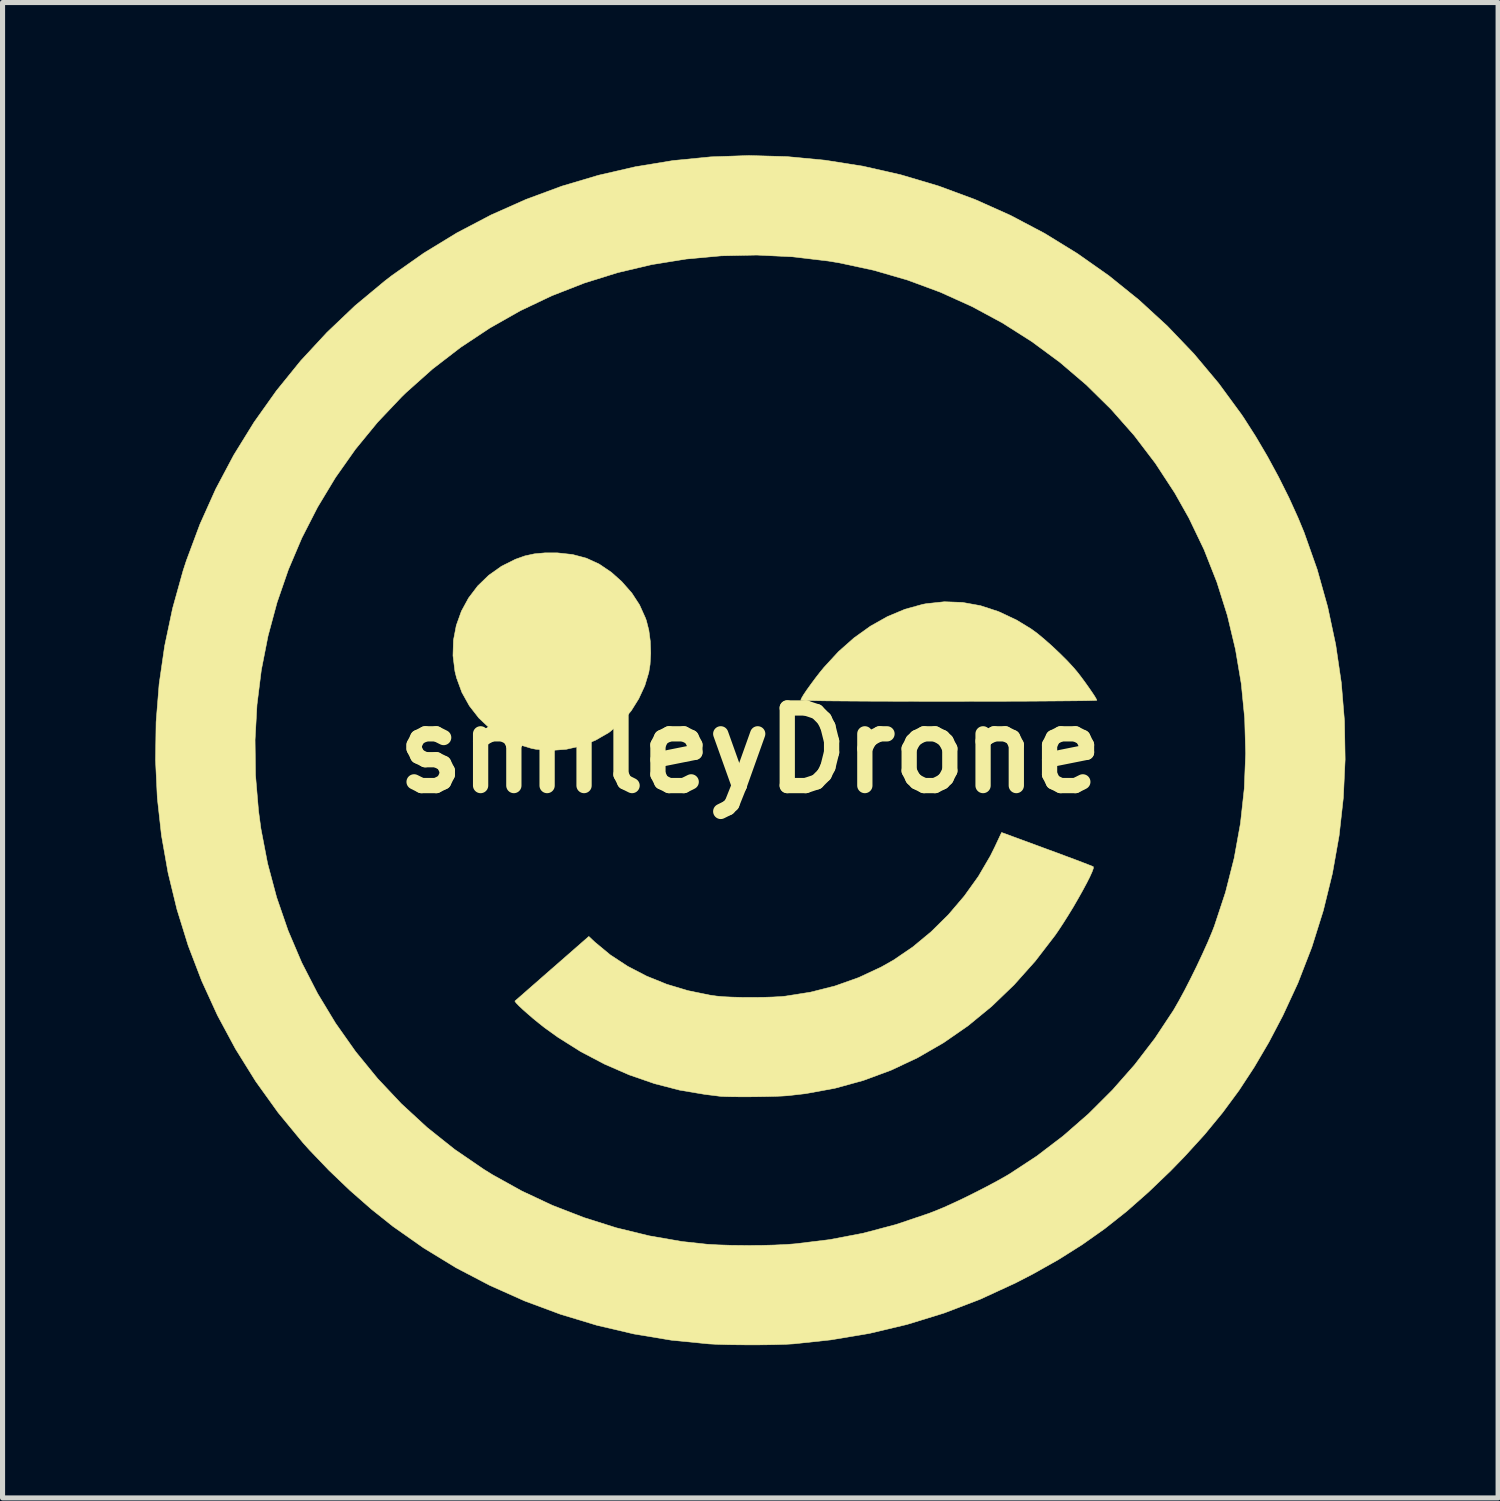
<source format=kicad_pcb>
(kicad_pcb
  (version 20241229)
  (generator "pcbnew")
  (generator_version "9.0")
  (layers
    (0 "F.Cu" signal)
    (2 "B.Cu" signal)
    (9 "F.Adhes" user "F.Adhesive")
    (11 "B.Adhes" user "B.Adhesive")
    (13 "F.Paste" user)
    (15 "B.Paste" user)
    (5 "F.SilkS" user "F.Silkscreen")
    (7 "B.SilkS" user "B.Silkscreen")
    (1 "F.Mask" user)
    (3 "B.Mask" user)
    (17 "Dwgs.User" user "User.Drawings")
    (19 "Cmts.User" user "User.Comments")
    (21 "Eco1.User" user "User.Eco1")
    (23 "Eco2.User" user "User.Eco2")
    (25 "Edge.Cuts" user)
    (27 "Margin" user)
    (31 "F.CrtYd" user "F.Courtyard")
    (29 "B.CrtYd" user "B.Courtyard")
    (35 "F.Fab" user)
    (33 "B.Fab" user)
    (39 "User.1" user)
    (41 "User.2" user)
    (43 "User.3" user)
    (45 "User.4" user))
  (footprint "smileyDrone"
    (layer "F.Cu")
    (at 11.688 11.691)
    (property "Reference" "smileyDrone" (at 0 0 0) (layer "F.SilkS") (effects (font (size 1.524 1.524) (thickness 0.3))))
    (attr through_hole)
    (fp_poly (pts (xy -3.797 -3.881) (xy -3.788 -3.881) (xy -3.492 -3.849) (xy -3.22 -3.777) (xy -2.968 -3.661) (xy -2.73 -3.5) (xy -2.525 -3.317) (xy -2.328 -3.093) (xy -2.175 -2.858) (xy -2.059 -2.6) (xy -2.042 -2.553) (xy -1.993 -2.361) (xy -1.964 -2.141) (xy -1.956 -1.911) (xy -1.969 -1.688) (xy -1.994 -1.532) (xy -2.072 -1.273) (xy -2.19 -1.018) (xy -2.338 -0.781) (xy -2.51 -0.576) (xy -2.544 -0.542) (xy -2.778 -0.352) (xy -3.04 -0.201) (xy -3.321 -0.09) (xy -3.615 -0.023) (xy -3.914 0.000017) (xy -4.212 -0.024) (xy -4.296 -0.04) (xy -4.591 -0.129) (xy -4.865 -0.261) (xy -5.114 -0.432) (xy -5.333 -0.638) (xy -5.518 -0.876) (xy -5.665 -1.14) (xy -5.77 -1.426) (xy -5.802 -1.555) (xy -5.84 -1.863) (xy -5.831 -2.165) (xy -5.775 -2.457) (xy -5.675 -2.736) (xy -5.534 -2.995) (xy -5.354 -3.232) (xy -5.138 -3.441) (xy -4.887 -3.619) (xy -4.615 -3.755) (xy -4.43 -3.821) (xy -4.242 -3.862) (xy -4.036 -3.881) (xy -3.797 -3.881)) (stroke (width 0.01) (type solid)) (fill yes) (layer "F.SilkS"))
    (fp_poly (pts (xy 4.168 -2.908) (xy 4.522 -2.844) (xy 4.874 -2.729) (xy 5.226 -2.564) (xy 5.511 -2.391) (xy 5.63 -2.305) (xy 5.77 -2.189) (xy 5.923 -2.054) (xy 6.077 -1.909) (xy 6.222 -1.765) (xy 6.347 -1.63) (xy 6.426 -1.537) (xy 6.497 -1.445) (xy 6.573 -1.342) (xy 6.647 -1.238) (xy 6.714 -1.141) (xy 6.767 -1.061) (xy 6.799 -1.005) (xy 6.807 -0.986) (xy 6.782 -0.983) (xy 6.71 -0.981) (xy 6.593 -0.978) (xy 6.435 -0.976) (xy 6.238 -0.974) (xy 6.007 -0.972) (xy 5.744 -0.97) (xy 5.453 -0.968) (xy 5.136 -0.967) (xy 4.797 -0.966) (xy 4.439 -0.966) (xy 4.065 -0.965) (xy 3.899 -0.965) (xy 3.465 -0.965) (xy 3.06 -0.966) (xy 2.683 -0.967) (xy 2.339 -0.968) (xy 2.029 -0.97) (xy 1.755 -0.972) (xy 1.519 -0.974) (xy 1.324 -0.977) (xy 1.172 -0.98) (xy 1.064 -0.983) (xy 1.004 -0.986) (xy 0.991 -0.988) (xy 1.006 -1.026) (xy 1.047 -1.096) (xy 1.11 -1.189) (xy 1.189 -1.299) (xy 1.277 -1.418) (xy 1.37 -1.538) (xy 1.449 -1.634) (xy 1.732 -1.941) (xy 2.037 -2.211) (xy 2.36 -2.442) (xy 2.694 -2.63) (xy 3.038 -2.774) (xy 3.386 -2.87) (xy 3.455 -2.883) (xy 3.812 -2.921) (xy 4.168 -2.908)) (stroke (width 0.01) (type solid)) (fill yes) (layer "F.SilkS"))
    (fp_poly (pts (xy 5.827 1.939) (xy 6.029 2.013) (xy 6.216 2.083) (xy 6.383 2.145) (xy 6.524 2.199) (xy 6.633 2.241) (xy 6.707 2.27) (xy 6.738 2.284) (xy 6.738 2.285) (xy 6.738 2.317) (xy 6.713 2.385) (xy 6.668 2.485) (xy 6.605 2.609) (xy 6.528 2.752) (xy 6.441 2.907) (xy 6.347 3.07) (xy 6.248 3.232) (xy 6.149 3.389) (xy 6.053 3.535) (xy 5.986 3.632) (xy 5.597 4.138) (xy 5.181 4.604) (xy 4.741 5.027) (xy 4.278 5.407) (xy 3.793 5.743) (xy 3.287 6.035) (xy 2.762 6.282) (xy 2.22 6.482) (xy 1.66 6.636) (xy 1.086 6.741) (xy 0.737 6.781) (xy 0.633 6.788) (xy 0.496 6.794) (xy 0.336 6.798) (xy 0.162 6.801) (xy -0.016 6.803) (xy -0.188 6.803) (xy -0.344 6.802) (xy -0.475 6.799) (xy -0.571 6.795) (xy -0.61 6.791) (xy -0.663 6.784) (xy -0.751 6.773) (xy -0.858 6.76) (xy -0.902 6.754) (xy -1.389 6.672) (xy -1.883 6.544) (xy -2.377 6.373) (xy -2.862 6.162) (xy -3.332 5.915) (xy -3.78 5.633) (xy -4.039 5.447) (xy -4.149 5.36) (xy -4.261 5.269) (xy -4.368 5.177) (xy -4.465 5.091) (xy -4.544 5.017) (xy -4.599 4.96) (xy -4.623 4.927) (xy -4.623 4.922) (xy -4.601 4.903) (xy -4.546 4.855) (xy -4.461 4.781) (xy -4.351 4.684) (xy -4.219 4.569) (xy -4.071 4.439) (xy -3.91 4.298) (xy -3.891 4.282) (xy -3.172 3.653) (xy -3.053 3.765) (xy -2.751 4.015) (xy -2.411 4.238) (xy -2.038 4.432) (xy -1.64 4.593) (xy -1.223 4.718) (xy -0.793 4.806) (xy -0.66 4.825) (xy -0.528 4.837) (xy -0.358 4.845) (xy -0.162 4.85) (xy 0.045 4.851) (xy 0.251 4.849) (xy 0.443 4.843) (xy 0.609 4.834) (xy 0.688 4.826) (xy 1.182 4.748) (xy 1.664 4.626) (xy 2.128 4.461) (xy 2.568 4.256) (xy 2.814 4.117) (xy 3.191 3.86) (xy 3.553 3.56) (xy 3.892 3.225) (xy 4.203 2.86) (xy 4.48 2.474) (xy 4.715 2.072) (xy 4.8 1.901) (xy 4.936 1.611) (xy 5.827 1.939)) (stroke (width 0.01) (type solid)) (fill yes) (layer "F.SilkS"))
    (fp_poly (pts (xy 0.721 -11.665) (xy 1.469 -11.594) (xy 2.215 -11.476) (xy 2.956 -11.308) (xy 3.69 -11.09) (xy 3.705 -11.085) (xy 4.418 -10.821) (xy 5.11 -10.511) (xy 5.781 -10.157) (xy 6.426 -9.76) (xy 7.045 -9.324) (xy 7.634 -8.849) (xy 8.191 -8.338) (xy 8.714 -7.791) (xy 9.2 -7.211) (xy 9.648 -6.6) (xy 9.698 -6.526) (xy 9.928 -6.166) (xy 10.157 -5.777) (xy 10.377 -5.371) (xy 10.581 -4.963) (xy 10.761 -4.566) (xy 10.879 -4.28) (xy 11.135 -3.555) (xy 11.341 -2.82) (xy 11.499 -2.078) (xy 11.609 -1.329) (xy 11.671 -0.578) (xy 11.684 0.175) (xy 11.649 0.925) (xy 11.566 1.672) (xy 11.435 2.412) (xy 11.256 3.143) (xy 11.03 3.863) (xy 10.756 4.57) (xy 10.461 5.207) (xy 10.185 5.733) (xy 9.899 6.22) (xy 9.599 6.678) (xy 9.275 7.117) (xy 8.922 7.546) (xy 8.531 7.975) (xy 8.257 8.257) (xy 7.822 8.674) (xy 7.395 9.051) (xy 6.963 9.393) (xy 6.519 9.707) (xy 6.051 10.002) (xy 5.552 10.283) (xy 5.207 10.461) (xy 4.513 10.781) (xy 3.804 11.052) (xy 3.079 11.275) (xy 2.339 11.451) (xy 1.58 11.578) (xy 0.851 11.656) (xy 0.694 11.665) (xy 0.498 11.671) (xy 0.276 11.675) (xy 0.039 11.676) (xy -0.2 11.675) (xy -0.43 11.672) (xy -0.639 11.666) (xy -0.813 11.657) (xy -1.55 11.584) (xy -2.284 11.462) (xy -3.011 11.292) (xy -3.728 11.075) (xy -4.431 10.814) (xy -5.116 10.508) (xy -5.78 10.161) (xy -6.417 9.772) (xy -7.023 9.346) (xy -7.444 9.01) (xy -7.866 8.64) (xy -8.277 8.247) (xy -8.661 7.846) (xy -8.79 7.702) (xy -9.274 7.114) (xy -9.715 6.5) (xy -10.112 5.862) (xy -10.466 5.204) (xy -10.776 4.526) (xy -11.042 3.831) (xy -11.262 3.122) (xy -11.437 2.401) (xy -11.566 1.67) (xy -11.648 0.932) (xy -11.683 0.188) (xy -11.677 -0.208) (xy -9.728 -0.208) (xy -9.719 0.487) (xy -9.66 1.186) (xy -9.613 1.537) (xy -9.482 2.219) (xy -9.304 2.886) (xy -9.08 3.536) (xy -8.812 4.166) (xy -8.5 4.773) (xy -8.147 5.357) (xy -7.754 5.914) (xy -7.322 6.443) (xy -6.854 6.94) (xy -6.349 7.405) (xy -5.811 7.834) (xy -5.24 8.225) (xy -5.059 8.337) (xy -4.488 8.654) (xy -3.888 8.935) (xy -3.266 9.176) (xy -2.63 9.377) (xy -1.985 9.534) (xy -1.34 9.646) (xy -0.851 9.699) (xy -0.628 9.712) (xy -0.37 9.72) (xy -0.091 9.723) (xy 0.194 9.722) (xy 0.469 9.715) (xy 0.721 9.703) (xy 0.889 9.69) (xy 1.561 9.608) (xy 2.215 9.483) (xy 2.861 9.312) (xy 3.507 9.094) (xy 3.639 9.043) (xy 3.801 8.976) (xy 3.995 8.888) (xy 4.209 8.787) (xy 4.432 8.676) (xy 4.652 8.563) (xy 4.857 8.453) (xy 5.036 8.352) (xy 5.093 8.318) (xy 5.628 7.967) (xy 6.147 7.571) (xy 6.644 7.137) (xy 7.113 6.669) (xy 7.55 6.173) (xy 7.948 5.654) (xy 8.303 5.118) (xy 8.319 5.093) (xy 8.419 4.918) (xy 8.532 4.71) (xy 8.65 4.479) (xy 8.769 4.238) (xy 8.882 3.997) (xy 8.985 3.769) (xy 9.07 3.566) (xy 9.115 3.45) (xy 9.334 2.787) (xy 9.505 2.113) (xy 9.628 1.432) (xy 9.703 0.746) (xy 9.73 0.059) (xy 9.711 -0.628) (xy 9.644 -1.31) (xy 9.53 -1.986) (xy 9.371 -2.652) (xy 9.165 -3.306) (xy 8.913 -3.945) (xy 8.615 -4.566) (xy 8.337 -5.059) (xy 7.958 -5.639) (xy 7.54 -6.188) (xy 7.086 -6.702) (xy 6.599 -7.182) (xy 6.08 -7.625) (xy 5.531 -8.03) (xy 4.955 -8.396) (xy 4.355 -8.72) (xy 3.731 -9.002) (xy 3.088 -9.24) (xy 2.426 -9.432) (xy 1.748 -9.578) (xy 1.537 -9.613) (xy 0.83 -9.697) (xy 0.127 -9.731) (xy -0.57 -9.716) (xy -1.26 -9.653) (xy -1.94 -9.543) (xy -2.607 -9.385) (xy -3.261 -9.181) (xy -3.898 -8.932) (xy -4.517 -8.638) (xy -5.115 -8.299) (xy -5.691 -7.917) (xy -6.242 -7.493) (xy -6.766 -7.026) (xy -6.849 -6.945) (xy -7.322 -6.446) (xy -7.756 -5.917) (xy -8.149 -5.36) (xy -8.5 -4.778) (xy -8.809 -4.174) (xy -9.074 -3.55) (xy -9.296 -2.907) (xy -9.473 -2.25) (xy -9.605 -1.579) (xy -9.69 -0.898) (xy -9.728 -0.208) (xy -11.677 -0.208) (xy -11.672 -0.558) (xy -11.612 -1.306) (xy -11.504 -2.052) (xy -11.347 -2.794) (xy -11.142 -3.53) (xy -11.076 -3.732) (xy -10.811 -4.443) (xy -10.501 -5.134) (xy -10.146 -5.803) (xy -9.748 -6.447) (xy -9.309 -7.065) (xy -8.832 -7.654) (xy -8.316 -8.211) (xy -7.765 -8.735) (xy -7.179 -9.222) (xy -7.036 -9.332) (xy -6.41 -9.772) (xy -5.761 -10.168) (xy -5.092 -10.519) (xy -4.404 -10.825) (xy -3.701 -11.085) (xy -2.984 -11.298) (xy -2.256 -11.466) (xy -1.519 -11.587) (xy -0.776 -11.66) (xy -0.029 -11.686) (xy 0.721 -11.665)) (stroke (width 0.01) (type solid)) (fill yes) (layer "F.SilkS")))
  (gr_rect
    (start -3 -3)
    (end 26.377 26.373)
    (stroke (width 0.1) (type default))
    (fill no)
    (layer "Edge.Cuts")))
</source>
